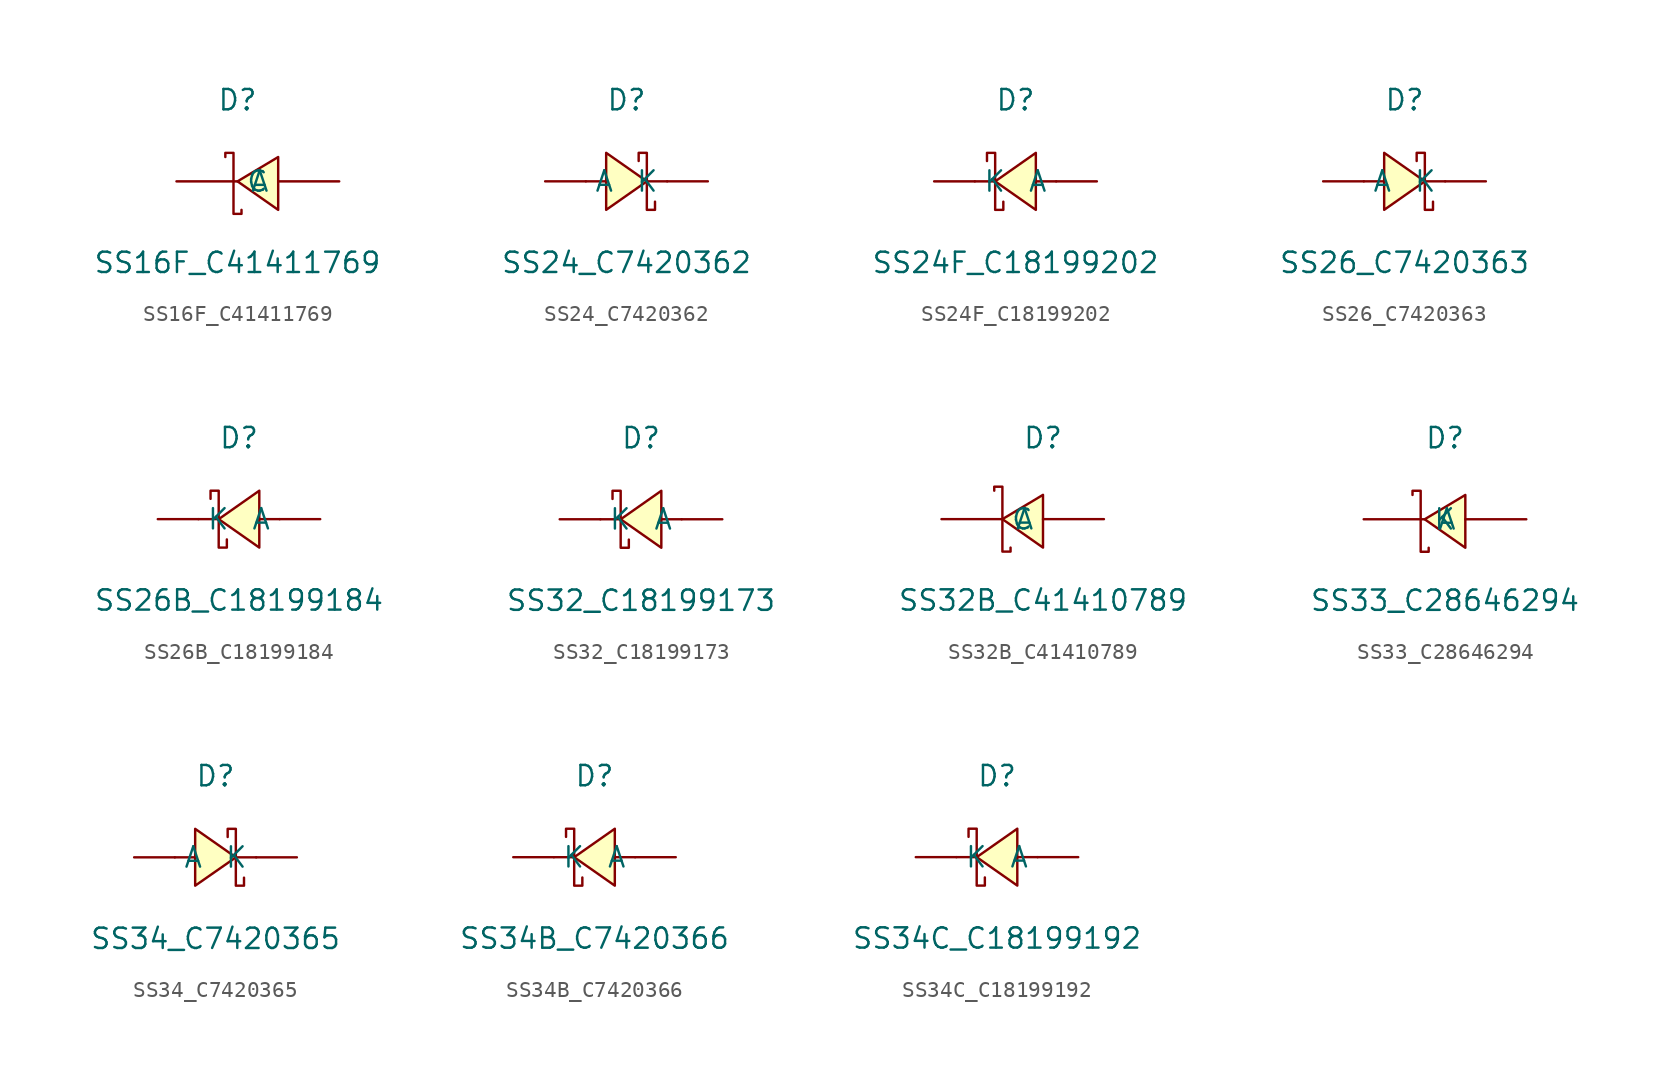
<source format=kicad_sym>
(kicad_symbol_lib
  (version 20241209)
  (generator "kicad_symbol_editor")
  (generator_version "9.0")
  (symbol "SS16F_C41411769"
    (pin_numbers
      (hide yes))
    (property "Reference" "D"
      (at 0 5.08 0)
      (effects (font (size 1.27 1.27))))
    (property "Value" "SS16F_C41411769"
      (at 0 -5.08 0)
      (effects (font (size 1.27 1.27))))
    (symbol "SS16F_C41411769_0_1"
      (polyline (pts (xy -0.76 1.52) (xy -0.76 1.78) (xy -0.25 1.78) (xy -0.25 -2.03) (xy 0.25 -2.03) (xy 0.25 -1.78)) (stroke (width 0) (type default)) (fill (type none)))
      (polyline (pts (xy 2.54 1.52) (xy 0 0) (xy 2.54 -1.78) (xy 2.54 1.52)) (stroke (width 0) (type default)) (fill (type background)))
      (pin unspecified line (at -3.81 0 0) (length 3.81) (name "C" (effects (font (size 1.27 1.27)))) (number "1" (effects (font (size 1.27 1.27)))))
      (pin unspecified line (at 6.35 0 180) (length 3.81) (name "A" (effects (font (size 1.27 1.27)))) (number "2" (effects (font (size 1.27 1.27)))))))
  (symbol "SS24_C7420362"
    (pin_numbers
      (hide yes))
    (property "Reference" "D"
      (at 0 5.08 0)
      (effects (font (size 1.27 1.27))))
    (property "Value" "SS24_C7420362"
      (at 0 -5.08 0)
      (effects (font (size 1.27 1.27))))
    (symbol "SS24_C7420362_0_1"
      (polyline (pts (xy -2.54 0) (xy -1.27 0)) (stroke (width 0) (type default)) (fill (type none)))
      (polyline (pts (xy -1.27 -1.78) (xy 1.27 0) (xy -1.27 1.78) (xy -1.27 -1.78)) (stroke (width 0) (type default)) (fill (type background)))
      (polyline (pts (xy 1.27 0) (xy 2.54 0)) (stroke (width 0) (type default)) (fill (type none)))
      (polyline (pts (xy 1.78 -1.27) (xy 1.78 -1.78) (xy 1.27 -1.78) (xy 1.27 1.78) (xy 0.76 1.78) (xy 0.76 1.27)) (stroke (width 0) (type default)) (fill (type none)))
      (pin unspecified line (at -5.08 0 0) (length 2.54) (name "A" (effects (font (size 1.27 1.27)))) (number "1" (effects (font (size 1.27 1.27)))))
      (pin unspecified line (at 5.08 0 180) (length 2.54) (name "K" (effects (font (size 1.27 1.27)))) (number "2" (effects (font (size 1.27 1.27)))))))
  (symbol "SS24F_C18199202"
    (pin_numbers
      (hide yes))
    (property "Reference" "D"
      (at 0 5.08 0)
      (effects (font (size 1.27 1.27))))
    (property "Value" "SS24F_C18199202"
      (at 0 -5.08 0)
      (effects (font (size 1.27 1.27))))
    (symbol "SS24F_C18199202_0_1"
      (polyline (pts (xy -1.78 1.27) (xy -1.78 1.78) (xy -1.27 1.78) (xy -1.27 -1.78) (xy -0.76 -1.78) (xy -0.76 -1.27)) (stroke (width 0) (type default)) (fill (type none)))
      (polyline (pts (xy -1.27 0) (xy -2.54 0)) (stroke (width 0) (type default)) (fill (type none)))
      (polyline (pts (xy 1.27 1.78) (xy -1.27 0) (xy 1.27 -1.78) (xy 1.27 1.78)) (stroke (width 0) (type default)) (fill (type background)))
      (polyline (pts (xy 2.54 0) (xy 1.27 0)) (stroke (width 0) (type default)) (fill (type none)))
      (pin unspecified line (at -5.08 0 0) (length 2.54) (name "K" (effects (font (size 1.27 1.27)))) (number "1" (effects (font (size 1.27 1.27)))))
      (pin unspecified line (at 5.08 0 180) (length 2.54) (name "A" (effects (font (size 1.27 1.27)))) (number "2" (effects (font (size 1.27 1.27)))))))
  (symbol "SS26_C7420363"
    (pin_numbers
      (hide yes))
    (property "Reference" "D"
      (at 0 5.08 0)
      (effects (font (size 1.27 1.27))))
    (property "Value" "SS26_C7420363"
      (at 0 -5.08 0)
      (effects (font (size 1.27 1.27))))
    (symbol "SS26_C7420363_0_1"
      (polyline (pts (xy -2.54 0) (xy -1.27 0)) (stroke (width 0) (type default)) (fill (type none)))
      (polyline (pts (xy -1.27 -1.78) (xy 1.27 0) (xy -1.27 1.78) (xy -1.27 -1.78)) (stroke (width 0) (type default)) (fill (type background)))
      (polyline (pts (xy 1.27 0) (xy 2.54 0)) (stroke (width 0) (type default)) (fill (type none)))
      (polyline (pts (xy 1.78 -1.27) (xy 1.78 -1.78) (xy 1.27 -1.78) (xy 1.27 1.78) (xy 0.76 1.78) (xy 0.76 1.27)) (stroke (width 0) (type default)) (fill (type none)))
      (pin unspecified line (at -5.08 0 0) (length 2.54) (name "A" (effects (font (size 1.27 1.27)))) (number "1" (effects (font (size 1.27 1.27)))))
      (pin unspecified line (at 5.08 0 180) (length 2.54) (name "K" (effects (font (size 1.27 1.27)))) (number "2" (effects (font (size 1.27 1.27)))))))
  (symbol "SS26B_C18199184"
    (pin_numbers
      (hide yes))
    (property "Reference" "D"
      (at 0 5.08 0)
      (effects (font (size 1.27 1.27))))
    (property "Value" "SS26B_C18199184"
      (at 0 -5.08 0)
      (effects (font (size 1.27 1.27))))
    (symbol "SS26B_C18199184_0_1"
      (polyline (pts (xy -1.78 1.27) (xy -1.78 1.78) (xy -1.27 1.78) (xy -1.27 -1.78) (xy -0.76 -1.78) (xy -0.76 -1.27)) (stroke (width 0) (type default)) (fill (type none)))
      (polyline (pts (xy -1.27 0) (xy -2.54 0)) (stroke (width 0) (type default)) (fill (type none)))
      (polyline (pts (xy 1.27 1.78) (xy -1.27 0) (xy 1.27 -1.78) (xy 1.27 1.78)) (stroke (width 0) (type default)) (fill (type background)))
      (polyline (pts (xy 2.54 0) (xy 1.27 0)) (stroke (width 0) (type default)) (fill (type none)))
      (pin unspecified line (at -5.08 0 0) (length 2.54) (name "K" (effects (font (size 1.27 1.27)))) (number "1" (effects (font (size 1.27 1.27)))))
      (pin unspecified line (at 5.08 0 180) (length 2.54) (name "A" (effects (font (size 1.27 1.27)))) (number "2" (effects (font (size 1.27 1.27)))))))
  (symbol "SS32_C18199173"
    (pin_numbers
      (hide yes))
    (property "Reference" "D"
      (at 0 5.08 0)
      (effects (font (size 1.27 1.27))))
    (property "Value" "SS32_C18199173"
      (at 0 -5.08 0)
      (effects (font (size 1.27 1.27))))
    (symbol "SS32_C18199173_0_1"
      (polyline (pts (xy -1.78 1.27) (xy -1.78 1.78) (xy -1.27 1.78) (xy -1.27 -1.78) (xy -0.76 -1.78) (xy -0.76 -1.27)) (stroke (width 0) (type default)) (fill (type none)))
      (polyline (pts (xy -1.27 0) (xy -2.54 0)) (stroke (width 0) (type default)) (fill (type none)))
      (polyline (pts (xy 1.27 1.78) (xy -1.27 0) (xy 1.27 -1.78) (xy 1.27 1.78)) (stroke (width 0) (type default)) (fill (type background)))
      (polyline (pts (xy 2.54 0) (xy 1.27 0)) (stroke (width 0) (type default)) (fill (type none)))
      (pin unspecified line (at -5.08 0 0) (length 2.54) (name "K" (effects (font (size 1.27 1.27)))) (number "1" (effects (font (size 1.27 1.27)))))
      (pin unspecified line (at 5.08 0 180) (length 2.54) (name "A" (effects (font (size 1.27 1.27)))) (number "2" (effects (font (size 1.27 1.27)))))))
  (symbol "SS32B_C41410789"
    (pin_numbers
      (hide yes))
    (property "Reference" "D"
      (at 0 5.08 0)
      (effects (font (size 1.27 1.27))))
    (property "Value" "SS32B_C41410789"
      (at 0 -5.08 0)
      (effects (font (size 1.27 1.27))))
    (symbol "SS32B_C41410789_0_1"
      (polyline (pts (xy -3.05 1.78) (xy -3.05 2.03) (xy -2.54 2.03) (xy -2.54 -2.03) (xy -2.03 -2.03) (xy -2.03 -1.78)) (stroke (width 0) (type default)) (fill (type none)))
      (polyline (pts (xy 0 1.52) (xy -2.54 0) (xy 0 -1.78) (xy 0 1.52)) (stroke (width 0) (type default)) (fill (type background)))
      (pin unspecified line (at -6.35 0 0) (length 3.81) (name "C" (effects (font (size 1.27 1.27)))) (number "1" (effects (font (size 1.27 1.27)))))
      (pin unspecified line (at 3.81 0 180) (length 3.81) (name "A" (effects (font (size 1.27 1.27)))) (number "2" (effects (font (size 1.27 1.27)))))))
  (symbol "SS33_C28646294"
    (pin_numbers
      (hide yes))
    (property "Reference" "D"
      (at 0 5.08 0)
      (effects (font (size 1.27 1.27))))
    (property "Value" "SS33_C28646294"
      (at 0 -5.08 0)
      (effects (font (size 1.27 1.27))))
    (symbol "SS33_C28646294_0_1"
      (polyline (pts (xy -2.03 1.52) (xy -2.03 1.78) (xy -1.52 1.78) (xy -1.52 -2.03) (xy -1.02 -2.03) (xy -1.02 -1.78)) (stroke (width 0) (type default)) (fill (type none)))
      (polyline (pts (xy 1.27 1.52) (xy -1.27 0) (xy 1.27 -1.78) (xy 1.27 1.52)) (stroke (width 0) (type default)) (fill (type background)))
      (pin unspecified line (at -5.08 0 0) (length 3.81) (name "K" (effects (font (size 1.27 1.27)))) (number "1" (effects (font (size 1.27 1.27)))))
      (pin unspecified line (at 5.08 0 180) (length 3.81) (name "A" (effects (font (size 1.27 1.27)))) (number "2" (effects (font (size 1.27 1.27)))))))
  (symbol "SS34_C7420365"
    (pin_numbers
      (hide yes))
    (property "Reference" "D"
      (at 0 5.33 0)
      (effects (font (size 1.27 1.27))))
    (property "Value" "SS34_C7420365"
      (at 0 -4.83 0)
      (effects (font (size 1.27 1.27))))
    (symbol "SS34_C7420365_0_1"
      (polyline (pts (xy -2.54 0.25) (xy -1.27 0.25)) (stroke (width 0) (type default)) (fill (type none)))
      (polyline (pts (xy -1.27 -1.52) (xy 1.27 0.25) (xy -1.27 2.03) (xy -1.27 -1.52)) (stroke (width 0) (type default)) (fill (type background)))
      (polyline (pts (xy 1.27 0.25) (xy 2.54 0.25)) (stroke (width 0) (type default)) (fill (type none)))
      (polyline (pts (xy 1.78 -1.02) (xy 1.78 -1.52) (xy 1.27 -1.52) (xy 1.27 2.03) (xy 0.76 2.03) (xy 0.76 1.52)) (stroke (width 0) (type default)) (fill (type none)))
      (pin unspecified line (at -5.08 0.25 0) (length 2.54) (name "A" (effects (font (size 1.27 1.27)))) (number "1" (effects (font (size 1.27 1.27)))))
      (pin unspecified line (at 5.08 0.25 180) (length 2.54) (name "K" (effects (font (size 1.27 1.27)))) (number "2" (effects (font (size 1.27 1.27)))))))
  (symbol "SS34B_C7420366"
    (pin_numbers
      (hide yes))
    (property "Reference" "D"
      (at 0 5.08 0)
      (effects (font (size 1.27 1.27))))
    (property "Value" "SS34B_C7420366"
      (at 0 -5.08 0)
      (effects (font (size 1.27 1.27))))
    (symbol "SS34B_C7420366_0_1"
      (polyline (pts (xy -1.78 1.27) (xy -1.78 1.78) (xy -1.27 1.78) (xy -1.27 -1.78) (xy -0.76 -1.78) (xy -0.76 -1.27)) (stroke (width 0) (type default)) (fill (type none)))
      (polyline (pts (xy -1.27 0) (xy -2.54 0)) (stroke (width 0) (type default)) (fill (type none)))
      (polyline (pts (xy 1.27 1.78) (xy -1.27 0) (xy 1.27 -1.78) (xy 1.27 1.78)) (stroke (width 0) (type default)) (fill (type background)))
      (polyline (pts (xy 2.54 0) (xy 1.27 0)) (stroke (width 0) (type default)) (fill (type none)))
      (pin unspecified line (at -5.08 0 0) (length 2.54) (name "K" (effects (font (size 1.27 1.27)))) (number "1" (effects (font (size 1.27 1.27)))))
      (pin unspecified line (at 5.08 0 180) (length 2.54) (name "A" (effects (font (size 1.27 1.27)))) (number "2" (effects (font (size 1.27 1.27)))))))
  (symbol "SS34C_C18199192"
    (pin_numbers
      (hide yes))
    (property "Reference" "D"
      (at 0 5.08 0)
      (effects (font (size 1.27 1.27))))
    (property "Value" "SS34C_C18199192"
      (at 0 -5.08 0)
      (effects (font (size 1.27 1.27))))
    (symbol "SS34C_C18199192_0_1"
      (polyline (pts (xy -1.78 1.27) (xy -1.78 1.78) (xy -1.27 1.78) (xy -1.27 -1.78) (xy -0.76 -1.78) (xy -0.76 -1.27)) (stroke (width 0) (type default)) (fill (type none)))
      (polyline (pts (xy -1.27 0) (xy -2.54 0)) (stroke (width 0) (type default)) (fill (type none)))
      (polyline (pts (xy 1.27 1.78) (xy -1.27 0) (xy 1.27 -1.78) (xy 1.27 1.78)) (stroke (width 0) (type default)) (fill (type background)))
      (polyline (pts (xy 2.54 0) (xy 1.27 0)) (stroke (width 0) (type default)) (fill (type none)))
      (pin unspecified line (at -5.08 0 0) (length 2.54) (name "K" (effects (font (size 1.27 1.27)))) (number "1" (effects (font (size 1.27 1.27)))))
      (pin unspecified line (at 5.08 0 180) (length 2.54) (name "A" (effects (font (size 1.27 1.27)))) (number "2" (effects (font (size 1.27 1.27))))))))
</source>
